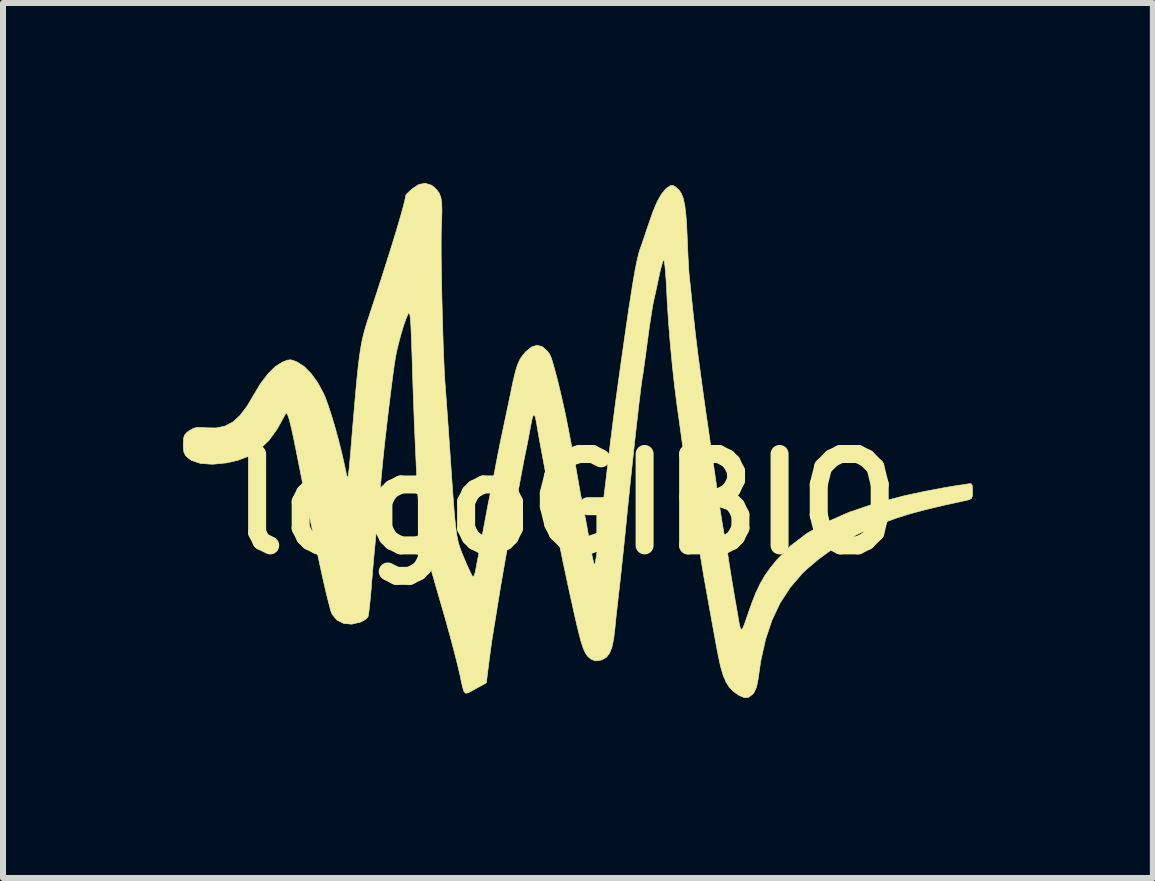
<source format=kicad_pcb>
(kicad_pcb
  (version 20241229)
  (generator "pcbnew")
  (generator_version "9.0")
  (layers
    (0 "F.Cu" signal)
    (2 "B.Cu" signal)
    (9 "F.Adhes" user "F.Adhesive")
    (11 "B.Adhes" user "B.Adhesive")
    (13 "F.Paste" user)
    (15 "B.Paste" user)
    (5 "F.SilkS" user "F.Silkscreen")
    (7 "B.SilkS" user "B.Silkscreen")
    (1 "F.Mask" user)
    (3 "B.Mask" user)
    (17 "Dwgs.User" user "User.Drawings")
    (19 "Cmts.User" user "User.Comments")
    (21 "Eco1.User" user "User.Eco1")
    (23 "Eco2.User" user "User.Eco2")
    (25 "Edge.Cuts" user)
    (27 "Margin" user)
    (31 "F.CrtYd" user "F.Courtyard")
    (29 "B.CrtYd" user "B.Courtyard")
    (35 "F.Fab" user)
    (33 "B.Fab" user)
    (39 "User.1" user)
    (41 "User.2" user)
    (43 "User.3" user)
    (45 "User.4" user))
  (footprint "logoGIBIO"
    (layer "F.Cu")
    (at 6.389 5.352)
    (property "Reference" "logoGIBIO" (at 0 0 0) (layer "F.SilkS") (effects (font (size 1.524 1.524) (thickness 0.3))))
    (attr through_hole)
    (fp_poly (pts (xy -2.249 -5.316) (xy -2.209 -5.287) (xy -2.155 -5.235) (xy -2.116 -5.179) (xy -2.09 -5.11) (xy -2.076 -5.018) (xy -2.072 -4.896) (xy -2.076 -4.733) (xy -2.081 -4.639) (xy -2.084 -4.526) (xy -2.085 -4.367) (xy -2.085 -4.171) (xy -2.082 -3.946) (xy -2.078 -3.699) (xy -2.073 -3.439) (xy -2.066 -3.174) (xy -2.059 -2.911) (xy -2.051 -2.66) (xy -2.042 -2.427) (xy -2.033 -2.221) (xy -2.023 -2.05) (xy -2.014 -1.925) (xy -2.009 -1.853) (xy -2 -1.736) (xy -1.989 -1.583) (xy -1.976 -1.403) (xy -1.962 -1.205) (xy -1.948 -0.998) (xy -1.946 -0.976) (xy -1.924 -0.65) (xy -1.905 -0.373) (xy -1.888 -0.139) (xy -1.873 0.056) (xy -1.86 0.217) (xy -1.846 0.349) (xy -1.833 0.457) (xy -1.819 0.546) (xy -1.804 0.62) (xy -1.786 0.685) (xy -1.766 0.745) (xy -1.743 0.806) (xy -1.716 0.871) (xy -1.706 0.895) (xy -1.656 1.013) (xy -1.61 1.113) (xy -1.576 1.183) (xy -1.558 1.212) (xy -1.54 1.201) (xy -1.52 1.149) (xy -1.508 1.092) (xy -1.492 1) (xy -1.477 0.924) (xy -1.471 0.896) (xy -1.462 0.853) (xy -1.446 0.766) (xy -1.423 0.647) (xy -1.396 0.503) (xy -1.372 0.371) (xy -1.342 0.214) (xy -1.316 0.072) (xy -1.293 -0.046) (xy -1.276 -0.128) (xy -1.269 -0.164) (xy -1.258 -0.213) (xy -1.24 -0.303) (xy -1.217 -0.423) (xy -1.191 -0.559) (xy -1.186 -0.588) (xy -1.155 -0.749) (xy -1.122 -0.917) (xy -1.091 -1.072) (xy -1.066 -1.19) (xy -1.041 -1.307) (xy -1.009 -1.46) (xy -0.973 -1.629) (xy -0.938 -1.797) (xy -0.931 -1.831) (xy -0.892 -2.021) (xy -0.858 -2.166) (xy -0.828 -2.276) (xy -0.797 -2.359) (xy -0.764 -2.425) (xy -0.724 -2.482) (xy -0.677 -2.536) (xy -0.579 -2.618) (xy -0.486 -2.647) (xy -0.397 -2.622) (xy -0.311 -2.544) (xy -0.276 -2.496) (xy -0.253 -2.444) (xy -0.222 -2.348) (xy -0.185 -2.215) (xy -0.143 -2.056) (xy -0.1 -1.877) (xy -0.056 -1.687) (xy -0.014 -1.496) (xy 0.023 -1.311) (xy 0.031 -1.27) (xy 0.058 -1.129) (xy 0.082 -1.003) (xy 0.102 -0.902) (xy 0.116 -0.839) (xy 0.118 -0.83) (xy 0.128 -0.781) (xy 0.145 -0.69) (xy 0.167 -0.569) (xy 0.192 -0.428) (xy 0.203 -0.362) (xy 0.23 -0.21) (xy 0.256 -0.067) (xy 0.279 0.054) (xy 0.297 0.14) (xy 0.302 0.16) (xy 0.318 0.232) (xy 0.339 0.343) (xy 0.363 0.478) (xy 0.388 0.624) (xy 0.392 0.648) (xy 0.415 0.781) (xy 0.437 0.893) (xy 0.456 0.973) (xy 0.47 1.013) (xy 0.473 1.016) (xy 0.481 0.99) (xy 0.494 0.918) (xy 0.512 0.806) (xy 0.532 0.659) (xy 0.555 0.486) (xy 0.579 0.292) (xy 0.588 0.221) (xy 0.627 -0.114) (xy 0.662 -0.402) (xy 0.691 -0.648) (xy 0.716 -0.859) (xy 0.738 -1.041) (xy 0.758 -1.198) (xy 0.775 -1.338) (xy 0.792 -1.466) (xy 0.808 -1.589) (xy 0.824 -1.711) (xy 0.842 -1.839) (xy 0.846 -1.872) (xy 0.904 -2.289) (xy 0.956 -2.657) (xy 1.002 -2.978) (xy 1.043 -3.256) (xy 1.08 -3.494) (xy 1.112 -3.695) (xy 1.141 -3.862) (xy 1.167 -3.999) (xy 1.191 -4.108) (xy 1.213 -4.194) (xy 1.234 -4.26) (xy 1.236 -4.265) (xy 1.267 -4.352) (xy 1.307 -4.47) (xy 1.35 -4.6) (xy 1.368 -4.652) (xy 1.445 -4.873) (xy 1.518 -5.045) (xy 1.589 -5.17) (xy 1.658 -5.252) (xy 1.676 -5.267) (xy 1.736 -5.307) (xy 1.775 -5.312) (xy 1.823 -5.285) (xy 1.827 -5.282) (xy 1.879 -5.236) (xy 1.92 -5.175) (xy 1.951 -5.093) (xy 1.975 -4.984) (xy 1.993 -4.839) (xy 2.007 -4.653) (xy 2.015 -4.478) (xy 2.022 -4.308) (xy 2.029 -4.151) (xy 2.036 -4.016) (xy 2.042 -3.913) (xy 2.046 -3.853) (xy 2.046 -3.85) (xy 2.07 -3.622) (xy 2.091 -3.417) (xy 2.11 -3.231) (xy 2.129 -3.057) (xy 2.147 -2.892) (xy 2.166 -2.731) (xy 2.186 -2.567) (xy 2.208 -2.395) (xy 2.233 -2.212) (xy 2.26 -2.011) (xy 2.291 -1.787) (xy 2.327 -1.535) (xy 2.368 -1.251) (xy 2.414 -0.929) (xy 2.468 -0.563) (xy 2.524 -0.174) (xy 2.551 0.004) (xy 2.577 0.174) (xy 2.601 0.324) (xy 2.622 0.445) (xy 2.637 0.525) (xy 2.639 0.535) (xy 2.662 0.65) (xy 2.684 0.78) (xy 2.693 0.842) (xy 2.705 0.925) (xy 2.724 1.045) (xy 2.746 1.186) (xy 2.771 1.334) (xy 2.794 1.473) (xy 2.813 1.588) (xy 2.826 1.658) (xy 2.834 1.706) (xy 2.848 1.786) (xy 2.858 1.845) (xy 2.881 1.98) (xy 2.9 2.063) (xy 2.918 2.094) (xy 2.94 2.074) (xy 2.97 2.004) (xy 3.011 1.884) (xy 3.016 1.871) (xy 3.092 1.654) (xy 3.161 1.478) (xy 3.232 1.329) (xy 3.308 1.197) (xy 3.398 1.07) (xy 3.507 0.934) (xy 3.508 0.933) (xy 3.736 0.7) (xy 4.01 0.491) (xy 4.334 0.305) (xy 4.71 0.139) (xy 5.143 -0.008) (xy 5.635 -0.138) (xy 5.977 -0.211) (xy 6.149 -0.244) (xy 6.309 -0.274) (xy 6.44 -0.296) (xy 6.519 -0.309) (xy 6.622 -0.323) (xy 6.703 -0.336) (xy 6.714 -0.338) (xy 6.749 -0.339) (xy 6.767 -0.312) (xy 6.773 -0.247) (xy 6.773 -0.217) (xy 6.771 -0.137) (xy 6.755 -0.094) (xy 6.712 -0.071) (xy 6.646 -0.056) (xy 6.294 0.021) (xy 5.995 0.092) (xy 5.737 0.161) (xy 5.507 0.233) (xy 5.291 0.311) (xy 5.077 0.4) (xy 4.923 0.469) (xy 4.686 0.594) (xy 4.439 0.749) (xy 4.203 0.921) (xy 4.001 1.093) (xy 3.936 1.155) (xy 3.733 1.392) (xy 3.565 1.65) (xy 3.429 1.936) (xy 3.322 2.257) (xy 3.242 2.618) (xy 3.2 2.907) (xy 3.172 3.052) (xy 3.127 3.148) (xy 3.11 3.168) (xy 3.041 3.221) (xy 2.974 3.229) (xy 2.889 3.194) (xy 2.866 3.18) (xy 2.785 3.122) (xy 2.719 3.055) (xy 2.665 2.971) (xy 2.618 2.862) (xy 2.576 2.721) (xy 2.536 2.54) (xy 2.503 2.369) (xy 2.468 2.176) (xy 2.43 1.968) (xy 2.393 1.765) (xy 2.361 1.584) (xy 2.343 1.484) (xy 2.316 1.334) (xy 2.29 1.188) (xy 2.269 1.063) (xy 2.255 0.974) (xy 2.253 0.963) (xy 2.234 0.847) (xy 2.21 0.726) (xy 2.2 0.682) (xy 2.185 0.61) (xy 2.165 0.498) (xy 2.141 0.357) (xy 2.115 0.198) (xy 2.097 0.08) (xy 2.073 -0.078) (xy 2.051 -0.223) (xy 2.032 -0.344) (xy 2.019 -0.431) (xy 2.013 -0.468) (xy 2.004 -0.524) (xy 1.99 -0.62) (xy 1.972 -0.745) (xy 1.953 -0.885) (xy 1.947 -0.922) (xy 1.922 -1.103) (xy 1.894 -1.307) (xy 1.866 -1.507) (xy 1.845 -1.658) (xy 1.807 -1.956) (xy 1.77 -2.291) (xy 1.736 -2.647) (xy 1.707 -3.008) (xy 1.684 -3.357) (xy 1.673 -3.577) (xy 1.664 -3.735) (xy 1.654 -3.871) (xy 1.644 -3.978) (xy 1.634 -4.047) (xy 1.625 -4.072) (xy 1.624 -4.072) (xy 1.608 -4.038) (xy 1.586 -3.963) (xy 1.56 -3.861) (xy 1.544 -3.783) (xy 1.516 -3.652) (xy 1.488 -3.524) (xy 1.464 -3.419) (xy 1.456 -3.382) (xy 1.442 -3.313) (xy 1.424 -3.202) (xy 1.402 -3.06) (xy 1.378 -2.898) (xy 1.355 -2.727) (xy 1.333 -2.562) (xy 1.313 -2.411) (xy 1.295 -2.284) (xy 1.282 -2.191) (xy 1.274 -2.141) (xy 1.273 -2.139) (xy 1.263 -2.076) (xy 1.248 -1.964) (xy 1.229 -1.811) (xy 1.206 -1.621) (xy 1.181 -1.4) (xy 1.153 -1.154) (xy 1.124 -0.888) (xy 1.094 -0.607) (xy 1.063 -0.318) (xy 1.033 -0.026) (xy 1.004 0.264) (xy 1.001 0.294) (xy 0.979 0.518) (xy 0.956 0.739) (xy 0.934 0.948) (xy 0.914 1.136) (xy 0.897 1.292) (xy 0.884 1.407) (xy 0.881 1.43) (xy 0.864 1.582) (xy 0.844 1.761) (xy 0.824 1.944) (xy 0.812 2.07) (xy 0.79 2.252) (xy 0.761 2.388) (xy 0.723 2.485) (xy 0.673 2.551) (xy 0.606 2.592) (xy 0.567 2.605) (xy 0.483 2.615) (xy 0.414 2.585) (xy 0.411 2.584) (xy 0.38 2.559) (xy 0.352 2.531) (xy 0.326 2.494) (xy 0.3 2.445) (xy 0.274 2.378) (xy 0.246 2.289) (xy 0.215 2.173) (xy 0.179 2.027) (xy 0.137 1.844) (xy 0.088 1.622) (xy 0.029 1.354) (xy -0.02 1.123) (xy -0.053 0.968) (xy -0.092 0.776) (xy -0.136 0.555) (xy -0.184 0.313) (xy -0.234 0.059) (xy -0.283 -0.199) (xy -0.332 -0.452) (xy -0.377 -0.693) (xy -0.418 -0.913) (xy -0.453 -1.104) (xy -0.48 -1.258) (xy -0.495 -1.35) (xy -0.514 -1.444) (xy -0.531 -1.487) (xy -0.55 -1.478) (xy -0.57 -1.417) (xy -0.593 -1.304) (xy -0.594 -1.297) (xy -0.616 -1.179) (xy -0.636 -1.072) (xy -0.651 -0.994) (xy -0.655 -0.976) (xy -0.666 -0.924) (xy -0.685 -0.829) (xy -0.71 -0.702) (xy -0.738 -0.554) (xy -0.762 -0.428) (xy -0.791 -0.27) (xy -0.819 -0.125) (xy -0.842 -0.004) (xy -0.859 0.083) (xy -0.867 0.12) (xy -0.886 0.212) (xy -0.912 0.348) (xy -0.943 0.517) (xy -0.978 0.71) (xy -1.015 0.918) (xy -1.052 1.131) (xy -1.088 1.339) (xy -1.12 1.532) (xy -1.136 1.631) (xy -1.163 1.799) (xy -1.188 1.954) (xy -1.209 2.086) (xy -1.226 2.187) (xy -1.235 2.244) (xy -1.235 2.246) (xy -1.245 2.31) (xy -1.259 2.412) (xy -1.276 2.538) (xy -1.292 2.66) (xy -1.332 2.981) (xy -1.512 3.08) (xy -1.589 3.123) (xy -1.642 3.15) (xy -1.678 3.153) (xy -1.703 3.127) (xy -1.724 3.066) (xy -1.748 2.965) (xy -1.775 2.834) (xy -1.812 2.679) (xy -1.862 2.481) (xy -1.923 2.25) (xy -1.993 1.995) (xy -2.07 1.726) (xy -2.133 1.511) (xy -2.233 1.162) (xy -2.314 0.861) (xy -2.376 0.606) (xy -2.419 0.393) (xy -2.434 0.307) (xy -2.446 0.203) (xy -2.459 0.049) (xy -2.473 -0.149) (xy -2.487 -0.389) (xy -2.502 -0.666) (xy -2.516 -0.975) (xy -2.531 -1.313) (xy -2.545 -1.675) (xy -2.558 -2.057) (xy -2.569 -2.42) (xy -2.577 -2.654) (xy -2.584 -2.839) (xy -2.59 -2.979) (xy -2.597 -3.08) (xy -2.605 -3.145) (xy -2.614 -3.179) (xy -2.624 -3.186) (xy -2.636 -3.171) (xy -2.669 -3.093) (xy -2.71 -2.978) (xy -2.752 -2.839) (xy -2.792 -2.691) (xy -2.826 -2.551) (xy -2.844 -2.46) (xy -2.862 -2.348) (xy -2.884 -2.192) (xy -2.909 -2.002) (xy -2.936 -1.787) (xy -2.964 -1.556) (xy -2.992 -1.318) (xy -3.019 -1.084) (xy -3.043 -0.863) (xy -3.063 -0.664) (xy -3.079 -0.496) (xy -3.082 -0.468) (xy -3.099 -0.274) (xy -3.119 -0.051) (xy -3.14 0.18) (xy -3.161 0.394) (xy -3.168 0.468) (xy -3.187 0.668) (xy -3.208 0.893) (xy -3.228 1.119) (xy -3.245 1.324) (xy -3.25 1.395) (xy -3.263 1.546) (xy -3.277 1.681) (xy -3.289 1.789) (xy -3.3 1.861) (xy -3.306 1.884) (xy -3.35 1.926) (xy -3.423 1.966) (xy -3.574 2.003) (xy -3.711 1.99) (xy -3.825 1.933) (xy -3.905 1.834) (xy -3.93 1.764) (xy -3.953 1.674) (xy -3.973 1.595) (xy -3.978 1.577) (xy -3.999 1.494) (xy -4.029 1.365) (xy -4.067 1.197) (xy -4.11 1) (xy -4.158 0.779) (xy -4.209 0.542) (xy -4.261 0.297) (xy -4.312 0.05) (xy -4.362 -0.19) (xy -4.408 -0.416) (xy -4.449 -0.621) (xy -4.453 -0.641) (xy -4.503 -0.892) (xy -4.544 -1.094) (xy -4.578 -1.251) (xy -4.606 -1.367) (xy -4.629 -1.447) (xy -4.647 -1.494) (xy -4.663 -1.513) (xy -4.676 -1.507) (xy -4.683 -1.497) (xy -4.815 -1.256) (xy -4.954 -1.063) (xy -5.106 -0.915) (xy -5.278 -0.804) (xy -5.476 -0.728) (xy -5.661 -0.686) (xy -5.898 -0.663) (xy -6.093 -0.676) (xy -6.244 -0.726) (xy -6.293 -0.759) (xy -6.346 -0.808) (xy -6.373 -0.861) (xy -6.383 -0.939) (xy -6.384 -0.992) (xy -6.38 -1.086) (xy -6.365 -1.146) (xy -6.328 -1.189) (xy -6.285 -1.221) (xy -6.219 -1.26) (xy -6.154 -1.277) (xy -6.064 -1.276) (xy -6.005 -1.271) (xy -5.836 -1.268) (xy -5.689 -1.299) (xy -5.557 -1.368) (xy -5.436 -1.479) (xy -5.318 -1.635) (xy -5.216 -1.809) (xy -5.097 -2.006) (xy -4.974 -2.168) (xy -4.852 -2.289) (xy -4.736 -2.364) (xy -4.732 -2.366) (xy -4.65 -2.398) (xy -4.594 -2.405) (xy -4.531 -2.386) (xy -4.488 -2.368) (xy -4.371 -2.295) (xy -4.254 -2.177) (xy -4.143 -2.024) (xy -4.047 -1.846) (xy -4.026 -1.799) (xy -3.976 -1.667) (xy -3.919 -1.495) (xy -3.859 -1.296) (xy -3.8 -1.082) (xy -3.746 -0.867) (xy -3.699 -0.662) (xy -3.686 -0.602) (xy -3.673 -0.537) (xy -3.662 -0.488) (xy -3.653 -0.456) (xy -3.645 -0.447) (xy -3.637 -0.464) (xy -3.629 -0.511) (xy -3.619 -0.591) (xy -3.608 -0.71) (xy -3.594 -0.869) (xy -3.577 -1.075) (xy -3.556 -1.33) (xy -3.555 -1.337) (xy -3.529 -1.643) (xy -3.507 -1.901) (xy -3.486 -2.119) (xy -3.467 -2.302) (xy -3.448 -2.457) (xy -3.428 -2.59) (xy -3.407 -2.706) (xy -3.383 -2.814) (xy -3.355 -2.917) (xy -3.323 -3.024) (xy -3.285 -3.139) (xy -3.28 -3.155) (xy -3.175 -3.473) (xy -3.077 -3.777) (xy -2.986 -4.062) (xy -2.904 -4.323) (xy -2.832 -4.557) (xy -2.773 -4.759) (xy -2.726 -4.924) (xy -2.694 -5.049) (xy -2.677 -5.128) (xy -2.675 -5.149) (xy -2.655 -5.173) (xy -2.604 -5.222) (xy -2.57 -5.253) (xy -2.46 -5.326) (xy -2.352 -5.347) (xy -2.249 -5.316)) (stroke (width 0.01) (type solid)) (fill yes) (layer "F.SilkS")))
  (gr_rect
    (start -3 -3)
    (end 16.167 11.586)
    (stroke (width 0.1) (type default))
    (fill no)
    (layer "Edge.Cuts")))
</source>
